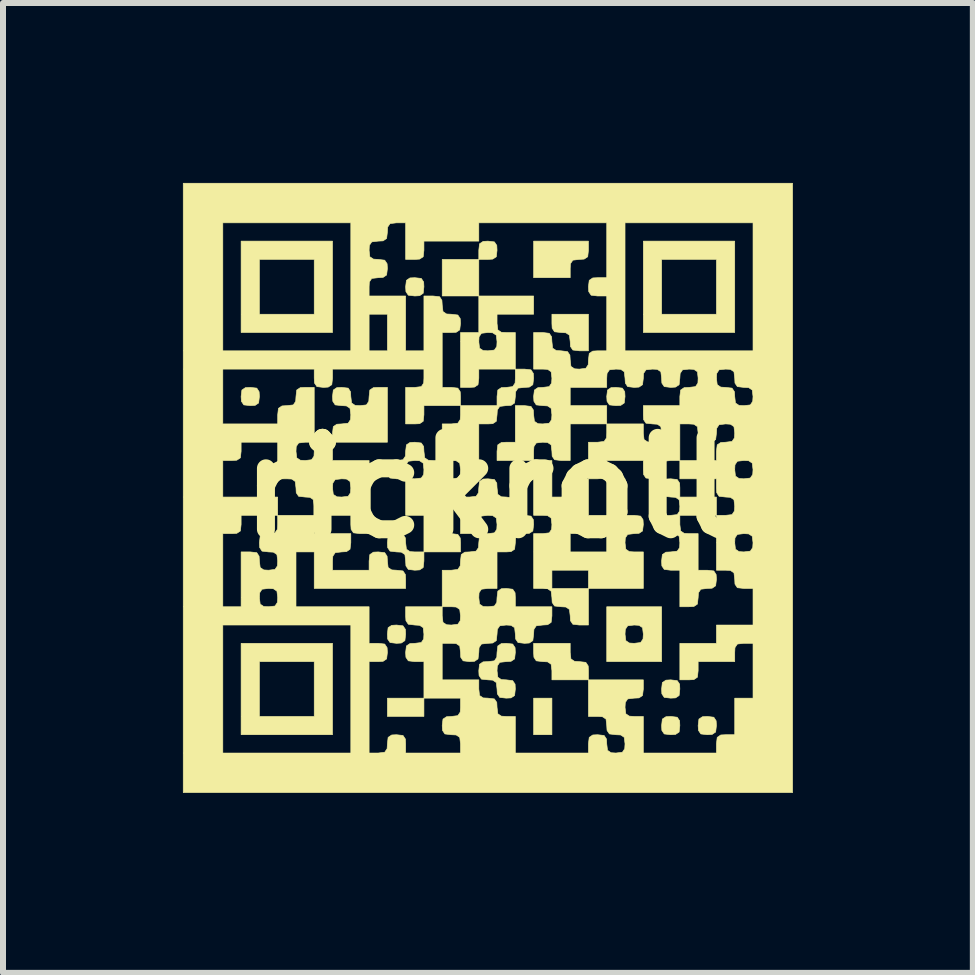
<source format=kicad_pcb>
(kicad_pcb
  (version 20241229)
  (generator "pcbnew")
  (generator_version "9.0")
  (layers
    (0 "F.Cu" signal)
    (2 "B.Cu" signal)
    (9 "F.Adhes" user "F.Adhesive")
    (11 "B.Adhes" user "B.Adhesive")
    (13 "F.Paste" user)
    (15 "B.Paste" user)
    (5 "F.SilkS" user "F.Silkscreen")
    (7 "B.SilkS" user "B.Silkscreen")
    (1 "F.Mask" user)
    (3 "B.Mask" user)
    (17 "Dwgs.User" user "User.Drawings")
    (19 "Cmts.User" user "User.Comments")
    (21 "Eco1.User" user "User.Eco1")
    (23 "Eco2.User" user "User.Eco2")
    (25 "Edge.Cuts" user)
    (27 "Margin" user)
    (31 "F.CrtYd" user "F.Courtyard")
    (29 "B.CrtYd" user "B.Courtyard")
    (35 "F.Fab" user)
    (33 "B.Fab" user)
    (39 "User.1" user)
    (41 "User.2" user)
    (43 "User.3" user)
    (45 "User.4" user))
  (footprint "rickroll"
    (layer "F.Cu")
    (at 5.085 5.085)
    (property "Reference" "rickroll" (at 0 0 0) (layer "F.SilkS") (effects (font (size 1.524 1.524) (thickness 0.3))))
    (attr through_hole)
    (fp_poly (pts (xy -1.067 3.81) (xy -1.676 3.81) (xy -1.676 3.505) (xy -1.067 3.505) (xy -1.067 3.81)) (stroke (width 0.01) (type solid)) (fill yes) (layer "F.SilkS"))
    (fp_poly (pts (xy -0.152 -3.2) (xy -0.762 -3.2) (xy -0.762 -3.81) (xy -0.152 -3.81) (xy -0.152 -3.2)) (stroke (width 0.01) (type solid)) (fill yes) (layer "F.SilkS"))
    (fp_poly (pts (xy 1.067 4.115) (xy 0.762 4.115) (xy 0.762 3.505) (xy 1.067 3.505) (xy 1.067 4.115)) (stroke (width 0.01) (type solid)) (fill yes) (layer "F.SilkS"))
    (fp_poly (pts (xy -2.591 -2.591) (xy -4.115 -2.591) (xy -4.115 -3.81) (xy -3.81 -3.81) (xy -3.81 -2.896) (xy -2.896 -2.896) (xy -2.896 -3.81) (xy -3.81 -3.81) (xy -4.115 -3.81) (xy -4.115 -4.115) (xy -2.591 -4.115) (xy -2.591 -2.591)) (stroke (width 0.01) (type solid)) (fill yes) (layer "F.SilkS"))
    (fp_poly (pts (xy -2.591 4.115) (xy -4.115 4.115) (xy -4.115 2.896) (xy -3.81 2.896) (xy -3.81 3.81) (xy -2.896 3.81) (xy -2.896 2.896) (xy -3.81 2.896) (xy -4.115 2.896) (xy -4.115 2.591) (xy -2.591 2.591) (xy -2.591 4.115)) (stroke (width 0.01) (type solid)) (fill yes) (layer "F.SilkS"))
    (fp_poly (pts (xy 0.108 -4.102) (xy 0.148 -4.043) (xy 0.152 -3.962) (xy 0.14 -3.854) (xy 0.08 -3.815) (xy 0 -3.81) (xy -0.152 -3.81) (xy -0.152 -3.962) (xy -0.14 -4.07) (xy -0.08 -4.11) (xy 0 -4.115) (xy 0.108 -4.102)) (stroke (width 0.01) (type solid)) (fill yes) (layer "F.SilkS"))
    (fp_poly (pts (xy 1.676 -3.962) (xy 1.664 -3.854) (xy 1.604 -3.815) (xy 1.524 -3.81) (xy 1.416 -3.797) (xy 1.376 -3.738) (xy 1.372 -3.658) (xy 1.372 -3.505) (xy 0.762 -3.505) (xy 0.762 -4.115) (xy 1.676 -4.115) (xy 1.676 -3.962)) (stroke (width 0.01) (type solid)) (fill yes) (layer "F.SilkS"))
    (fp_poly (pts (xy 4.115 -2.591) (xy 2.591 -2.591) (xy 2.591 -3.81) (xy 2.896 -3.81) (xy 2.896 -2.896) (xy 3.81 -2.896) (xy 3.81 -3.81) (xy 2.896 -3.81) (xy 2.591 -3.81) (xy 2.591 -4.115) (xy 4.115 -4.115) (xy 4.115 -2.591)) (stroke (width 0.01) (type solid)) (fill yes) (layer "F.SilkS"))
    (fp_poly (pts (xy -3.854 -1.664) (xy -3.815 -1.604) (xy -3.81 -1.524) (xy -3.823 -1.416) (xy -3.882 -1.376) (xy -3.962 -1.372) (xy -4.07 -1.384) (xy -4.11 -1.444) (xy -4.115 -1.524) (xy -4.102 -1.632) (xy -4.043 -1.672) (xy -3.962 -1.676) (xy -3.854 -1.664)) (stroke (width 0.01) (type solid)) (fill yes) (layer "F.SilkS"))
    (fp_poly (pts (xy -1.416 2.299) (xy -1.376 2.358) (xy -1.372 2.438) (xy -1.384 2.546) (xy -1.444 2.586) (xy -1.524 2.591) (xy -1.632 2.578) (xy -1.672 2.519) (xy -1.676 2.438) (xy -1.664 2.33) (xy -1.604 2.291) (xy -1.524 2.286) (xy -1.416 2.299)) (stroke (width 0.01) (type solid)) (fill yes) (layer "F.SilkS"))
    (fp_poly (pts (xy -1.111 -3.493) (xy -1.071 -3.433) (xy -1.067 -3.353) (xy -1.079 -3.245) (xy -1.139 -3.205) (xy -1.219 -3.2) (xy -1.327 -3.213) (xy -1.367 -3.272) (xy -1.372 -3.353) (xy -1.359 -3.461) (xy -1.3 -3.501) (xy -1.219 -3.505) (xy -1.111 -3.493)) (stroke (width 0.01) (type solid)) (fill yes) (layer "F.SilkS"))
    (fp_poly (pts (xy 2.242 -1.664) (xy 2.281 -1.604) (xy 2.286 -1.524) (xy 2.273 -1.416) (xy 2.214 -1.376) (xy 2.134 -1.372) (xy 2.026 -1.384) (xy 1.986 -1.444) (xy 1.981 -1.524) (xy 1.994 -1.632) (xy 2.053 -1.672) (xy 2.134 -1.676) (xy 2.242 -1.664)) (stroke (width 0.01) (type solid)) (fill yes) (layer "F.SilkS"))
    (fp_poly (pts (xy 3.156 3.213) (xy 3.196 3.272) (xy 3.2 3.353) (xy 3.188 3.461) (xy 3.128 3.501) (xy 3.048 3.505) (xy 2.94 3.493) (xy 2.9 3.433) (xy 2.896 3.353) (xy 2.908 3.245) (xy 2.968 3.205) (xy 3.048 3.2) (xy 3.156 3.213)) (stroke (width 0.01) (type solid)) (fill yes) (layer "F.SilkS"))
    (fp_poly (pts (xy 3.156 3.823) (xy 3.196 3.882) (xy 3.2 3.962) (xy 3.188 4.07) (xy 3.128 4.11) (xy 3.048 4.115) (xy 2.94 4.102) (xy 2.9 4.043) (xy 2.896 3.962) (xy 2.908 3.854) (xy 2.968 3.815) (xy 3.048 3.81) (xy 3.156 3.823)) (stroke (width 0.01) (type solid)) (fill yes) (layer "F.SilkS"))
    (fp_poly (pts (xy 3.766 3.823) (xy 3.805 3.882) (xy 3.81 3.962) (xy 3.797 4.07) (xy 3.738 4.11) (xy 3.658 4.115) (xy 3.55 4.102) (xy 3.51 4.043) (xy 3.505 3.962) (xy 3.518 3.854) (xy 3.577 3.815) (xy 3.658 3.81) (xy 3.766 3.823)) (stroke (width 0.01) (type solid)) (fill yes) (layer "F.SilkS"))
    (fp_poly (pts (xy 1.676 -2.286) (xy 1.524 -2.286) (xy 1.416 -2.299) (xy 1.376 -2.358) (xy 1.372 -2.438) (xy 1.359 -2.546) (xy 1.3 -2.586) (xy 1.219 -2.591) (xy 1.111 -2.603) (xy 1.071 -2.663) (xy 1.067 -2.743) (xy 1.067 -2.896) (xy 1.676 -2.896) (xy 1.676 -2.286)) (stroke (width 0.01) (type solid)) (fill yes) (layer "F.SilkS"))
    (fp_poly (pts (xy 1.372 2.743) (xy 1.384 2.851) (xy 1.444 2.891) (xy 1.524 2.896) (xy 1.632 2.908) (xy 1.672 2.968) (xy 1.676 3.048) (xy 1.676 3.2) (xy 1.067 3.2) (xy 1.067 3.048) (xy 1.054 2.94) (xy 0.995 2.9) (xy 0.914 2.896) (xy 0.806 2.883) (xy 0.767 2.824) (xy 0.762 2.743) (xy 0.762 2.591) (xy 1.372 2.591) (xy 1.372 2.743)) (stroke (width 0.01) (type solid)) (fill yes) (layer "F.SilkS"))
    (fp_poly (pts (xy 2.896 2.896) (xy 1.981 2.896) (xy 1.981 2.438) (xy 2.286 2.438) (xy 2.299 2.546) (xy 2.358 2.586) (xy 2.438 2.591) (xy 2.546 2.578) (xy 2.586 2.519) (xy 2.591 2.438) (xy 2.578 2.33) (xy 2.519 2.291) (xy 2.438 2.286) (xy 2.33 2.299) (xy 2.291 2.358) (xy 2.286 2.438) (xy 1.981 2.438) (xy 1.981 1.981) (xy 2.896 1.981) (xy 2.896 2.896)) (stroke (width 0.01) (type solid)) (fill yes) (layer "F.SilkS"))
    (fp_poly (pts (xy -1.416 0.775) (xy -1.376 0.834) (xy -1.372 0.914) (xy -1.359 1.022) (xy -1.3 1.062) (xy -1.219 1.067) (xy -1.067 1.067) (xy -1.067 1.219) (xy -1.079 1.327) (xy -1.139 1.367) (xy -1.219 1.372) (xy -1.327 1.359) (xy -1.367 1.3) (xy -1.372 1.219) (xy -1.384 1.111) (xy -1.444 1.071) (xy -1.524 1.067) (xy -1.632 1.054) (xy -1.672 0.995) (xy -1.676 0.914) (xy -1.664 0.806) (xy -1.604 0.767) (xy -1.524 0.762) (xy -1.416 0.775)) (stroke (width 0.01) (type solid)) (fill yes) (layer "F.SilkS"))
    (fp_poly (pts (xy -1.676 -0.762) (xy -2.591 -0.762) (xy -2.591 -0.914) (xy -2.578 -1.022) (xy -2.519 -1.062) (xy -2.438 -1.067) (xy -2.33 -1.079) (xy -2.291 -1.139) (xy -2.286 -1.219) (xy -2.299 -1.327) (xy -2.358 -1.367) (xy -2.438 -1.372) (xy -2.546 -1.384) (xy -2.586 -1.444) (xy -2.591 -1.524) (xy -2.578 -1.632) (xy -2.519 -1.672) (xy -2.438 -1.676) (xy -2.33 -1.664) (xy -2.291 -1.604) (xy -2.286 -1.524) (xy -2.273 -1.416) (xy -2.214 -1.376) (xy -2.134 -1.372) (xy -2.026 -1.384) (xy -1.986 -1.444) (xy -1.981 -1.524) (xy -1.969 -1.632) (xy -1.909 -1.672) (xy -1.829 -1.676) (xy -1.676 -1.676) (xy -1.676 -0.762)) (stroke (width 0.01) (type solid)) (fill yes) (layer "F.SilkS"))
    (fp_poly (pts (xy 0.762 -2.896) (xy 0.152 -2.896) (xy 0.152 -2.743) (xy 0.165 -2.635) (xy 0.224 -2.595) (xy 0.305 -2.591) (xy 0.457 -2.591) (xy 0.457 -1.981) (xy -0.152 -1.981) (xy -0.152 -1.829) (xy -0.165 -1.721) (xy -0.224 -1.681) (xy -0.305 -1.676) (xy -0.457 -1.676) (xy -0.457 -2.438) (xy -0.152 -2.438) (xy -0.14 -2.33) (xy -0.08 -2.291) (xy 0 -2.286) (xy 0.108 -2.299) (xy 0.148 -2.358) (xy 0.152 -2.438) (xy 0.14 -2.546) (xy 0.08 -2.586) (xy 0 -2.591) (xy -0.108 -2.578) (xy -0.148 -2.519) (xy -0.152 -2.438) (xy -0.457 -2.438) (xy -0.457 -2.591) (xy -0.152 -2.591) (xy -0.152 -3.2) (xy 0.762 -3.2) (xy 0.762 -2.896)) (stroke (width 0.01) (type solid)) (fill yes) (layer "F.SilkS"))
    (fp_poly (pts (xy 0.413 2.603) (xy 0.453 2.663) (xy 0.457 2.743) (xy 0.445 2.851) (xy 0.385 2.891) (xy 0.305 2.896) (xy 0.197 2.908) (xy 0.157 2.968) (xy 0.152 3.048) (xy 0.165 3.156) (xy 0.224 3.196) (xy 0.305 3.2) (xy 0.413 3.213) (xy 0.453 3.272) (xy 0.457 3.353) (xy 0.445 3.461) (xy 0.385 3.501) (xy 0.305 3.505) (xy 0.197 3.493) (xy 0.157 3.433) (xy 0.152 3.353) (xy 0.14 3.245) (xy 0.08 3.205) (xy 0 3.2) (xy -0.108 3.188) (xy -0.148 3.128) (xy -0.152 3.048) (xy -0.14 2.94) (xy -0.08 2.9) (xy 0 2.896) (xy 0.108 2.883) (xy 0.148 2.824) (xy 0.152 2.743) (xy 0.165 2.635) (xy 0.224 2.595) (xy 0.305 2.591) (xy 0.413 2.603)) (stroke (width 0.01) (type solid)) (fill yes) (layer "F.SilkS"))
    (fp_poly (pts (xy 3.156 -0.14) (xy 3.196 -0.08) (xy 3.2 0) (xy 3.2 0.152) (xy 3.81 0.152) (xy 3.81 0.457) (xy 3.2 0.457) (xy 3.2 0.61) (xy 3.213 0.718) (xy 3.272 0.757) (xy 3.353 0.762) (xy 3.505 0.762) (xy 3.505 1.372) (xy 3.658 1.372) (xy 3.766 1.384) (xy 3.805 1.444) (xy 3.81 1.524) (xy 3.797 1.632) (xy 3.738 1.672) (xy 3.658 1.676) (xy 3.55 1.689) (xy 3.51 1.748) (xy 3.505 1.829) (xy 3.493 1.937) (xy 3.433 1.977) (xy 3.353 1.981) (xy 3.2 1.981) (xy 3.2 1.372) (xy 3.048 1.372) (xy 2.94 1.359) (xy 2.9 1.3) (xy 2.896 1.219) (xy 2.908 1.111) (xy 2.968 1.071) (xy 3.048 1.067) (xy 3.156 1.054) (xy 3.196 0.995) (xy 3.2 0.914) (xy 3.188 0.806) (xy 3.128 0.767) (xy 3.048 0.762) (xy 2.94 0.749) (xy 2.9 0.69) (xy 2.896 0.61) (xy 2.908 0.502) (xy 2.968 0.462) (xy 3.048 0.457) (xy 3.156 0.445) (xy 3.196 0.385) (xy 3.2 0.305) (xy 3.188 0.197) (xy 3.128 0.157) (xy 3.048 0.152) (xy 2.94 0.14) (xy 2.9 0.08) (xy 2.896 0) (xy 2.908 -0.108) (xy 2.968 -0.148) (xy 3.048 -0.152) (xy 3.156 -0.14)) (stroke (width 0.01) (type solid)) (fill yes) (layer "F.SilkS"))
    (fp_poly (pts (xy 1.067 0.152) (xy 1.219 0.152) (xy 1.327 0.14) (xy 1.367 0.08) (xy 1.372 0) (xy 1.384 -0.108) (xy 1.444 -0.148) (xy 1.524 -0.152) (xy 1.676 -0.152) (xy 1.676 0.457) (xy 1.981 0.457) (xy 1.981 -0.152) (xy 2.286 -0.152) (xy 2.286 0.457) (xy 2.438 0.457) (xy 2.546 0.47) (xy 2.586 0.529) (xy 2.591 0.61) (xy 2.578 0.718) (xy 2.519 0.757) (xy 2.438 0.762) (xy 2.33 0.775) (xy 2.291 0.834) (xy 2.286 0.914) (xy 2.299 1.022) (xy 2.358 1.062) (xy 2.438 1.067) (xy 2.591 1.067) (xy 2.591 1.676) (xy 1.676 1.676) (xy 1.676 2.286) (xy 1.524 2.286) (xy 1.416 2.273) (xy 1.376 2.214) (xy 1.372 2.134) (xy 1.359 2.026) (xy 1.3 1.986) (xy 1.219 1.981) (xy 1.111 1.969) (xy 1.071 1.909) (xy 1.067 1.829) (xy 1.054 1.721) (xy 0.995 1.681) (xy 0.914 1.676) (xy 0.762 1.676) (xy 0.762 1.372) (xy 1.067 1.372) (xy 1.067 1.676) (xy 1.676 1.676) (xy 1.676 1.372) (xy 1.067 1.372) (xy 0.762 1.372) (xy 0.762 0.762) (xy 0.914 0.762) (xy 1.372 0.762) (xy 1.372 1.067) (xy 1.981 1.067) (xy 1.981 0.762) (xy 1.372 0.762) (xy 0.914 0.762) (xy 1.022 0.749) (xy 1.062 0.69) (xy 1.067 0.61) (xy 1.054 0.502) (xy 0.995 0.462) (xy 0.914 0.457) (xy 0.762 0.457) (xy 0.762 -0.457) (xy 1.067 -0.457) (xy 1.067 0.152)) (stroke (width 0.01) (type solid)) (fill yes) (layer "F.SilkS"))
    (fp_poly (pts (xy 0.718 -1.969) (xy 0.757 -1.909) (xy 0.762 -1.829) (xy 0.749 -1.721) (xy 0.69 -1.681) (xy 0.61 -1.676) (xy 0.502 -1.664) (xy 0.462 -1.604) (xy 0.457 -1.524) (xy 0.445 -1.416) (xy 0.385 -1.376) (xy 0.305 -1.372) (xy 0.197 -1.359) (xy 0.157 -1.3) (xy 0.152 -1.219) (xy 0.14 -1.111) (xy 0.08 -1.071) (xy 0 -1.067) (xy -0.152 -1.067) (xy -0.152 -0.152) (xy -0.305 -0.152) (xy -0.413 -0.14) (xy -0.453 -0.08) (xy -0.457 0) (xy -0.47 0.108) (xy -0.529 0.148) (xy -0.61 0.152) (xy -0.762 0.152) (xy -0.762 0.762) (xy -0.61 0.762) (xy -0.502 0.775) (xy -0.462 0.834) (xy -0.457 0.914) (xy -0.457 1.067) (xy -1.067 1.067) (xy -1.067 0.457) (xy -1.372 0.457) (xy -1.372 -0.152) (xy -1.524 -0.152) (xy -1.632 -0.165) (xy -1.672 -0.224) (xy -1.676 -0.305) (xy -1.372 -0.305) (xy -1.359 -0.197) (xy -1.3 -0.157) (xy -1.219 -0.152) (xy -1.111 -0.165) (xy -1.071 -0.224) (xy -1.067 -0.305) (xy -0.762 -0.305) (xy -0.749 -0.197) (xy -0.69 -0.157) (xy -0.61 -0.152) (xy -0.502 -0.165) (xy -0.462 -0.224) (xy -0.457 -0.305) (xy -0.47 -0.413) (xy -0.529 -0.453) (xy -0.61 -0.457) (xy -0.718 -0.445) (xy -0.757 -0.385) (xy -0.762 -0.305) (xy -1.067 -0.305) (xy -1.079 -0.413) (xy -1.139 -0.453) (xy -1.219 -0.457) (xy -1.327 -0.445) (xy -1.367 -0.385) (xy -1.372 -0.305) (xy -1.676 -0.305) (xy -1.664 -0.413) (xy -1.604 -0.453) (xy -1.524 -0.457) (xy -1.416 -0.47) (xy -1.376 -0.529) (xy -1.372 -0.61) (xy -1.359 -0.718) (xy -1.3 -0.757) (xy -1.219 -0.762) (xy -1.111 -0.749) (xy -1.071 -0.69) (xy -1.067 -0.61) (xy -1.054 -0.502) (xy -0.995 -0.462) (xy -0.914 -0.457) (xy -0.762 -0.457) (xy -0.762 -1.067) (xy -0.61 -1.067) (xy -0.502 -1.079) (xy -0.462 -1.139) (xy -0.457 -1.219) (xy -0.457 -1.372) (xy 0.152 -1.372) (xy 0.152 -1.524) (xy 0.165 -1.632) (xy 0.224 -1.672) (xy 0.305 -1.676) (xy 0.413 -1.689) (xy 0.453 -1.748) (xy 0.457 -1.829) (xy 0.457 -1.981) (xy 0.61 -1.981) (xy 0.718 -1.969)) (stroke (width 0.01) (type solid)) (fill yes) (layer "F.SilkS"))
    (fp_poly (pts (xy 5.08 5.08) (xy -5.08 5.08) (xy -5.08 2.286) (xy -4.42 2.286) (xy -4.42 4.42) (xy -2.286 4.42) (xy -2.286 2.286) (xy -4.42 2.286) (xy -5.08 2.286) (xy -5.08 0.762) (xy -4.42 0.762) (xy -4.42 1.981) (xy -4.115 1.981) (xy -4.115 1.829) (xy -3.81 1.829) (xy -3.797 1.937) (xy -3.738 1.977) (xy -3.658 1.981) (xy -3.55 1.969) (xy -3.51 1.909) (xy -3.505 1.829) (xy -3.518 1.721) (xy -3.577 1.681) (xy -3.658 1.676) (xy -3.766 1.689) (xy -3.805 1.748) (xy -3.81 1.829) (xy -4.115 1.829) (xy -4.115 1.067) (xy -3.962 1.067) (xy -3.854 1.079) (xy -3.815 1.139) (xy -3.81 1.219) (xy -3.797 1.327) (xy -3.738 1.367) (xy -3.658 1.372) (xy -3.55 1.359) (xy -3.51 1.3) (xy -3.505 1.219) (xy -3.518 1.111) (xy -3.577 1.071) (xy -3.658 1.067) (xy -3.766 1.054) (xy -3.805 0.995) (xy -3.81 0.914) (xy -3.797 0.806) (xy -3.738 0.767) (xy -3.658 0.762) (xy -3.55 0.749) (xy -3.51 0.69) (xy -3.505 0.61) (xy -3.505 0.457) (xy -4.115 0.457) (xy -4.115 0.61) (xy -4.127 0.718) (xy -4.187 0.757) (xy -4.267 0.762) (xy -4.42 0.762) (xy -5.08 0.762) (xy -5.08 -0.457) (xy -4.42 -0.457) (xy -4.42 0.152) (xy -3.505 0.152) (xy -3.505 0.457) (xy -2.896 0.457) (xy -2.896 0.305) (xy -2.908 0.197) (xy -2.968 0.157) (xy -3.048 0.152) (xy -3.156 0.14) (xy -3.196 0.08) (xy -3.2 0) (xy -2.591 0) (xy -2.578 0.108) (xy -2.519 0.148) (xy -2.438 0.152) (xy -2.33 0.14) (xy -2.291 0.08) (xy -2.286 0) (xy -2.299 -0.108) (xy -2.358 -0.148) (xy -2.438 -0.152) (xy -2.546 -0.14) (xy -2.586 -0.08) (xy -2.591 0) (xy -3.2 0) (xy -3.213 -0.108) (xy -3.272 -0.148) (xy -3.353 -0.152) (xy -3.505 -0.152) (xy -3.505 -0.762) (xy -4.115 -0.762) (xy -4.115 -0.61) (xy -4.127 -0.502) (xy -4.187 -0.462) (xy -4.267 -0.457) (xy -4.42 -0.457) (xy -5.08 -0.457) (xy -5.08 -1.981) (xy -4.42 -1.981) (xy -4.42 -1.067) (xy -3.505 -1.067) (xy -3.505 -1.219) (xy -3.493 -1.327) (xy -3.433 -1.367) (xy -3.353 -1.372) (xy -3.245 -1.384) (xy -3.205 -1.444) (xy -3.2 -1.524) (xy -3.188 -1.632) (xy -3.128 -1.672) (xy -3.048 -1.676) (xy -2.896 -1.676) (xy -2.896 -0.762) (xy -3.048 -0.762) (xy -3.156 -0.749) (xy -3.196 -0.69) (xy -3.2 -0.61) (xy -3.188 -0.502) (xy -3.128 -0.462) (xy -3.048 -0.457) (xy -2.94 -0.47) (xy -2.9 -0.529) (xy -2.896 -0.61) (xy -2.883 -0.718) (xy -2.824 -0.757) (xy -2.743 -0.762) (xy -2.635 -0.749) (xy -2.595 -0.69) (xy -2.591 -0.61) (xy -2.591 -0.457) (xy -1.981 -0.457) (xy -1.981 0.762) (xy -2.134 0.762) (xy -2.242 0.749) (xy -2.281 0.69) (xy -2.286 0.61) (xy -2.286 0.457) (xy -2.896 0.457) (xy -2.896 0.762) (xy -2.286 0.762) (xy -2.286 0.914) (xy -2.299 1.022) (xy -2.358 1.062) (xy -2.438 1.067) (xy -2.546 1.079) (xy -2.586 1.139) (xy -2.591 1.219) (xy -2.591 1.372) (xy -1.981 1.372) (xy -1.981 1.219) (xy -1.969 1.111) (xy -1.909 1.071) (xy -1.829 1.067) (xy -1.721 1.079) (xy -1.681 1.139) (xy -1.676 1.219) (xy -1.664 1.327) (xy -1.604 1.367) (xy -1.524 1.372) (xy -1.416 1.384) (xy -1.376 1.444) (xy -1.372 1.524) (xy -1.372 1.676) (xy -2.896 1.676) (xy -2.896 1.067) (xy -3.2 1.067) (xy -3.2 1.981) (xy -1.981 1.981) (xy -1.981 2.591) (xy -1.829 2.591) (xy -1.721 2.603) (xy -1.681 2.663) (xy -1.676 2.743) (xy -1.689 2.851) (xy -1.748 2.891) (xy -1.829 2.896) (xy -1.981 2.896) (xy -1.981 4.42) (xy -1.829 4.42) (xy -1.721 4.407) (xy -1.681 4.348) (xy -1.676 4.267) (xy -1.664 4.159) (xy -1.604 4.119) (xy -1.524 4.115) (xy -1.416 4.127) (xy -1.376 4.187) (xy -1.372 4.267) (xy -1.372 4.42) (xy -0.457 4.42) (xy -0.457 4.267) (xy -0.47 4.159) (xy -0.529 4.119) (xy -0.61 4.115) (xy -0.718 4.102) (xy -0.757 4.043) (xy -0.762 3.962) (xy -0.749 3.854) (xy -0.69 3.815) (xy -0.61 3.81) (xy -0.502 3.797) (xy -0.462 3.738) (xy -0.457 3.658) (xy -0.457 3.505) (xy -1.067 3.505) (xy -1.067 2.896) (xy -1.219 2.896) (xy -1.327 2.883) (xy -1.367 2.824) (xy -1.372 2.743) (xy -1.359 2.635) (xy -1.3 2.595) (xy -1.219 2.591) (xy -1.111 2.578) (xy -1.071 2.519) (xy -1.067 2.438) (xy -1.079 2.33) (xy -1.139 2.291) (xy -1.219 2.286) (xy -1.327 2.273) (xy -1.367 2.214) (xy -1.372 2.134) (xy -1.372 1.981) (xy -0.762 1.981) (xy -0.762 2.134) (xy -0.749 2.242) (xy -0.69 2.281) (xy -0.61 2.286) (xy -0.502 2.273) (xy -0.462 2.214) (xy -0.457 2.134) (xy -0.47 2.026) (xy -0.529 1.986) (xy -0.61 1.981) (xy -0.762 1.981) (xy -0.762 1.372) (xy -0.61 1.372) (xy -0.502 1.359) (xy -0.462 1.3) (xy -0.457 1.219) (xy -0.445 1.111) (xy -0.385 1.071) (xy -0.305 1.067) (xy -0.197 1.054) (xy -0.157 0.995) (xy -0.152 0.914) (xy -0.14 0.806) (xy -0.08 0.767) (xy 0 0.762) (xy 0.108 0.749) (xy 0.148 0.69) (xy 0.152 0.61) (xy 0.14 0.502) (xy 0.08 0.462) (xy 0 0.457) (xy -0.108 0.47) (xy -0.148 0.529) (xy -0.152 0.61) (xy -0.165 0.718) (xy -0.224 0.757) (xy -0.305 0.762) (xy -0.457 0.762) (xy -0.457 0.152) (xy -0.305 0.152) (xy -0.197 0.14) (xy -0.157 0.08) (xy -0.152 0) (xy -0.14 -0.108) (xy -0.08 -0.148) (xy 0 -0.152) (xy 0.108 -0.14) (xy 0.148 -0.08) (xy 0.152 0) (xy 0.165 0.108) (xy 0.224 0.148) (xy 0.305 0.152) (xy 0.413 0.165) (xy 0.453 0.224) (xy 0.457 0.305) (xy 0.47 0.413) (xy 0.529 0.453) (xy 0.61 0.457) (xy 0.718 0.47) (xy 0.757 0.529) (xy 0.762 0.61) (xy 0.749 0.718) (xy 0.69 0.757) (xy 0.61 0.762) (xy 0.502 0.775) (xy 0.462 0.834) (xy 0.457 0.914) (xy 0.445 1.022) (xy 0.385 1.062) (xy 0.305 1.067) (xy 0.152 1.067) (xy 0.152 1.676) (xy 0 1.676) (xy -0.108 1.689) (xy -0.148 1.748) (xy -0.152 1.829) (xy -0.14 1.937) (xy -0.08 1.977) (xy 0 1.981) (xy 0.108 1.969) (xy 0.148 1.909) (xy 0.152 1.829) (xy 0.165 1.721) (xy 0.224 1.681) (xy 0.305 1.676) (xy 0.413 1.689) (xy 0.453 1.748) (xy 0.457 1.829) (xy 0.457 1.981) (xy 1.067 1.981) (xy 1.067 2.134) (xy 1.054 2.242) (xy 0.995 2.281) (xy 0.914 2.286) (xy 0.806 2.299) (xy 0.767 2.358) (xy 0.762 2.438) (xy 0.749 2.546) (xy 0.69 2.586) (xy 0.61 2.591) (xy 0.502 2.578) (xy 0.462 2.519) (xy 0.457 2.438) (xy 0.445 2.33) (xy 0.385 2.291) (xy 0.305 2.286) (xy 0.197 2.299) (xy 0.157 2.358) (xy 0.152 2.438) (xy 0.14 2.546) (xy 0.08 2.586) (xy 0 2.591) (xy -0.108 2.603) (xy -0.148 2.663) (xy -0.152 2.743) (xy -0.165 2.851) (xy -0.224 2.891) (xy -0.305 2.896) (xy -0.413 2.883) (xy -0.453 2.824) (xy -0.457 2.743) (xy -0.47 2.635) (xy -0.529 2.595) (xy -0.61 2.591) (xy -0.762 2.591) (xy -0.762 3.2) (xy -0.152 3.2) (xy -0.152 3.353) (xy -0.14 3.461) (xy -0.08 3.501) (xy 0 3.505) (xy 0.108 3.518) (xy 0.148 3.577) (xy 0.152 3.658) (xy 0.165 3.766) (xy 0.224 3.805) (xy 0.305 3.81) (xy 0.457 3.81) (xy 0.457 4.42) (xy 1.676 4.42) (xy 1.676 4.267) (xy 1.689 4.159) (xy 1.748 4.119) (xy 1.829 4.115) (xy 1.937 4.127) (xy 1.977 4.187) (xy 1.981 4.267) (xy 1.994 4.375) (xy 2.053 4.415) (xy 2.134 4.42) (xy 2.242 4.407) (xy 2.281 4.348) (xy 2.286 4.267) (xy 2.273 4.159) (xy 2.214 4.119) (xy 2.134 4.115) (xy 2.026 4.102) (xy 1.986 4.043) (xy 1.981 3.962) (xy 1.969 3.854) (xy 1.909 3.815) (xy 1.829 3.81) (xy 1.676 3.81) (xy 1.676 3.2) (xy 2.591 3.2) (xy 2.591 3.353) (xy 2.578 3.461) (xy 2.519 3.501) (xy 2.438 3.505) (xy 2.33 3.518) (xy 2.291 3.577) (xy 2.286 3.658) (xy 2.299 3.766) (xy 2.358 3.805) (xy 2.438 3.81) (xy 2.591 3.81) (xy 2.591 4.42) (xy 3.81 4.42) (xy 3.81 4.267) (xy 3.823 4.159) (xy 3.882 4.119) (xy 3.962 4.115) (xy 4.115 4.115) (xy 4.115 3.505) (xy 4.42 3.505) (xy 4.42 2.591) (xy 4.267 2.591) (xy 4.159 2.603) (xy 4.119 2.663) (xy 4.115 2.743) (xy 4.115 2.896) (xy 3.505 2.896) (xy 3.505 3.048) (xy 3.493 3.156) (xy 3.433 3.196) (xy 3.353 3.2) (xy 3.2 3.2) (xy 3.2 2.591) (xy 3.81 2.591) (xy 3.81 2.286) (xy 4.42 2.286) (xy 4.42 1.676) (xy 4.267 1.676) (xy 4.159 1.664) (xy 4.119 1.604) (xy 4.115 1.524) (xy 4.102 1.416) (xy 4.043 1.376) (xy 3.962 1.372) (xy 3.81 1.372) (xy 3.81 0.914) (xy 4.115 0.914) (xy 4.127 1.022) (xy 4.187 1.062) (xy 4.267 1.067) (xy 4.375 1.054) (xy 4.415 0.995) (xy 4.42 0.914) (xy 4.407 0.806) (xy 4.348 0.767) (xy 4.267 0.762) (xy 4.159 0.775) (xy 4.119 0.834) (xy 4.115 0.914) (xy 3.81 0.914) (xy 3.81 0.457) (xy 3.962 0.457) (xy 4.07 0.445) (xy 4.11 0.385) (xy 4.115 0.305) (xy 4.102 0.197) (xy 4.043 0.157) (xy 3.962 0.152) (xy 3.854 0.14) (xy 3.815 0.08) (xy 3.81 0) (xy 3.81 -0.152) (xy 3.2 -0.152) (xy 3.2 -0.305) (xy 4.115 -0.305) (xy 4.127 -0.197) (xy 4.187 -0.157) (xy 4.267 -0.152) (xy 4.375 -0.165) (xy 4.415 -0.224) (xy 4.42 -0.305) (xy 4.407 -0.413) (xy 4.348 -0.453) (xy 4.267 -0.457) (xy 4.159 -0.445) (xy 4.119 -0.385) (xy 4.115 -0.305) (xy 3.2 -0.305) (xy 3.2 -0.457) (xy 3.048 -0.457) (xy 2.94 -0.445) (xy 2.9 -0.385) (xy 2.896 -0.305) (xy 2.883 -0.197) (xy 2.824 -0.157) (xy 2.743 -0.152) (xy 2.635 -0.165) (xy 2.595 -0.224) (xy 2.591 -0.305) (xy 2.591 -0.457) (xy 1.981 -0.457) (xy 1.981 -0.305) (xy 1.969 -0.197) (xy 1.909 -0.157) (xy 1.829 -0.152) (xy 1.676 -0.152) (xy 1.676 -0.762) (xy 1.829 -0.762) (xy 1.937 -0.775) (xy 1.977 -0.834) (xy 1.981 -0.914) (xy 1.981 -1.067) (xy 1.372 -1.067) (xy 1.372 -0.457) (xy 1.219 -0.457) (xy 1.111 -0.47) (xy 1.071 -0.529) (xy 1.067 -0.61) (xy 1.054 -0.718) (xy 0.995 -0.757) (xy 0.914 -0.762) (xy 0.806 -0.749) (xy 0.767 -0.69) (xy 0.762 -0.61) (xy 0.762 -0.457) (xy 0.152 -0.457) (xy 0.152 -0.61) (xy 0.165 -0.718) (xy 0.224 -0.757) (xy 0.305 -0.762) (xy 0.457 -0.762) (xy 0.457 -1.372) (xy 0.61 -1.372) (xy 0.718 -1.359) (xy 0.757 -1.3) (xy 0.762 -1.219) (xy 0.775 -1.111) (xy 0.834 -1.071) (xy 0.914 -1.067) (xy 1.022 -1.079) (xy 1.062 -1.139) (xy 1.067 -1.219) (xy 1.054 -1.327) (xy 0.995 -1.367) (xy 0.914 -1.372) (xy 0.806 -1.384) (xy 0.767 -1.444) (xy 0.762 -1.524) (xy 0.775 -1.632) (xy 0.834 -1.672) (xy 0.914 -1.676) (xy 1.372 -1.676) (xy 1.372 -1.372) (xy 1.981 -1.372) (xy 1.981 -1.067) (xy 2.591 -1.067) (xy 2.591 -0.914) (xy 2.603 -0.806) (xy 2.663 -0.767) (xy 2.743 -0.762) (xy 2.851 -0.775) (xy 2.891 -0.834) (xy 2.896 -0.914) (xy 2.883 -1.022) (xy 2.824 -1.062) (xy 2.743 -1.067) (xy 3.2 -1.067) (xy 3.2 -0.457) (xy 3.81 -0.457) (xy 3.81 -0.61) (xy 3.823 -0.718) (xy 3.882 -0.757) (xy 3.962 -0.762) (xy 4.07 -0.775) (xy 4.11 -0.834) (xy 4.115 -0.914) (xy 4.102 -1.022) (xy 4.043 -1.062) (xy 3.962 -1.067) (xy 3.854 -1.054) (xy 3.815 -0.995) (xy 3.81 -0.914) (xy 3.797 -0.806) (xy 3.738 -0.767) (xy 3.658 -0.762) (xy 3.55 -0.775) (xy 3.51 -0.834) (xy 3.505 -0.914) (xy 3.493 -1.022) (xy 3.433 -1.062) (xy 3.353 -1.067) (xy 3.2 -1.067) (xy 2.743 -1.067) (xy 2.635 -1.079) (xy 2.595 -1.139) (xy 2.591 -1.219) (xy 2.591 -1.372) (xy 3.2 -1.372) (xy 3.2 -1.524) (xy 3.213 -1.632) (xy 3.272 -1.672) (xy 3.353 -1.676) (xy 3.461 -1.689) (xy 3.501 -1.748) (xy 3.505 -1.829) (xy 3.81 -1.829) (xy 3.823 -1.721) (xy 3.882 -1.681) (xy 3.962 -1.676) (xy 4.07 -1.664) (xy 4.11 -1.604) (xy 4.115 -1.524) (xy 4.127 -1.416) (xy 4.187 -1.376) (xy 4.267 -1.372) (xy 4.375 -1.384) (xy 4.415 -1.444) (xy 4.42 -1.524) (xy 4.407 -1.632) (xy 4.348 -1.672) (xy 4.267 -1.676) (xy 4.159 -1.689) (xy 4.119 -1.748) (xy 4.115 -1.829) (xy 4.102 -1.937) (xy 4.043 -1.977) (xy 3.962 -1.981) (xy 3.854 -1.969) (xy 3.815 -1.909) (xy 3.81 -1.829) (xy 3.505 -1.829) (xy 3.493 -1.937) (xy 3.433 -1.977) (xy 3.353 -1.981) (xy 3.245 -1.969) (xy 3.205 -1.909) (xy 3.2 -1.829) (xy 3.188 -1.721) (xy 3.128 -1.681) (xy 3.048 -1.676) (xy 2.94 -1.689) (xy 2.9 -1.748) (xy 2.896 -1.829) (xy 2.883 -1.937) (xy 2.824 -1.977) (xy 2.743 -1.981) (xy 2.635 -1.969) (xy 2.595 -1.909) (xy 2.591 -1.829) (xy 2.578 -1.721) (xy 2.519 -1.681) (xy 2.438 -1.676) (xy 2.33 -1.689) (xy 2.291 -1.748) (xy 2.286 -1.829) (xy 2.273 -1.937) (xy 2.214 -1.977) (xy 2.134 -1.981) (xy 2.026 -1.969) (xy 1.986 -1.909) (xy 1.981 -1.829) (xy 1.981 -1.676) (xy 1.372 -1.676) (xy 0.914 -1.676) (xy 1.022 -1.689) (xy 1.062 -1.748) (xy 1.067 -1.829) (xy 1.054 -1.937) (xy 0.995 -1.977) (xy 0.914 -1.981) (xy 0.762 -1.981) (xy 0.762 -2.591) (xy 0.914 -2.591) (xy 1.022 -2.578) (xy 1.062 -2.519) (xy 1.067 -2.438) (xy 1.079 -2.33) (xy 1.139 -2.291) (xy 1.219 -2.286) (xy 1.327 -2.273) (xy 1.367 -2.214) (xy 1.372 -2.134) (xy 1.384 -2.026) (xy 1.444 -1.986) (xy 1.524 -1.981) (xy 1.632 -1.994) (xy 1.672 -2.053) (xy 1.676 -2.134) (xy 1.689 -2.242) (xy 1.748 -2.281) (xy 1.829 -2.286) (xy 1.981 -2.286) (xy 1.981 -3.2) (xy 1.829 -3.2) (xy 1.721 -3.213) (xy 1.681 -3.272) (xy 1.676 -3.353) (xy 1.689 -3.461) (xy 1.748 -3.501) (xy 1.829 -3.505) (xy 1.981 -3.505) (xy 1.981 -4.42) (xy 2.286 -4.42) (xy 2.286 -2.286) (xy 4.42 -2.286) (xy 4.42 -4.42) (xy 2.286 -4.42) (xy 1.981 -4.42) (xy -0.152 -4.42) (xy -0.152 -4.115) (xy -1.067 -4.115) (xy -1.067 -3.962) (xy -1.079 -3.854) (xy -1.139 -3.815) (xy -1.219 -3.81) (xy -1.372 -3.81) (xy -1.372 -4.42) (xy -1.524 -4.42) (xy -1.632 -4.407) (xy -1.672 -4.348) (xy -1.676 -4.267) (xy -1.689 -4.159) (xy -1.748 -4.119) (xy -1.829 -4.115) (xy -1.937 -4.102) (xy -1.977 -4.043) (xy -1.981 -3.962) (xy -1.969 -3.854) (xy -1.909 -3.815) (xy -1.829 -3.81) (xy -1.721 -3.797) (xy -1.681 -3.738) (xy -1.676 -3.658) (xy -1.689 -3.55) (xy -1.748 -3.51) (xy -1.829 -3.505) (xy -1.937 -3.493) (xy -1.977 -3.433) (xy -1.981 -3.353) (xy -1.981 -3.2) (xy -1.372 -3.2) (xy -1.372 -2.286) (xy -1.067 -2.286) (xy -1.067 -3.2) (xy -0.914 -3.2) (xy -0.806 -3.188) (xy -0.767 -3.128) (xy -0.762 -3.048) (xy -0.749 -2.94) (xy -0.69 -2.9) (xy -0.61 -2.896) (xy -0.502 -2.883) (xy -0.462 -2.824) (xy -0.457 -2.743) (xy -0.47 -2.635) (xy -0.529 -2.595) (xy -0.61 -2.591) (xy -0.762 -2.591) (xy -0.762 -1.676) (xy -0.61 -1.676) (xy -0.502 -1.664) (xy -0.462 -1.604) (xy -0.457 -1.524) (xy -0.457 -1.372) (xy -1.067 -1.372) (xy -1.067 -1.219) (xy -1.079 -1.111) (xy -1.139 -1.071) (xy -1.219 -1.067) (xy -1.372 -1.067) (xy -1.372 -1.676) (xy -1.219 -1.676) (xy -1.111 -1.689) (xy -1.071 -1.748) (xy -1.067 -1.829) (xy -1.067 -1.981) (xy -2.591 -1.981) (xy -2.591 -1.829) (xy -2.603 -1.721) (xy -2.663 -1.681) (xy -2.743 -1.676) (xy -2.851 -1.689) (xy -2.891 -1.748) (xy -2.896 -1.829) (xy -2.896 -1.981) (xy -4.42 -1.981) (xy -5.08 -1.981) (xy -5.08 -4.42) (xy -4.42 -4.42) (xy -4.42 -2.286) (xy -2.286 -2.286) (xy -2.286 -2.896) (xy -1.981 -2.896) (xy -1.981 -2.286) (xy -1.676 -2.286) (xy -1.676 -2.896) (xy -1.981 -2.896) (xy -2.286 -2.896) (xy -2.286 -4.42) (xy -4.42 -4.42) (xy -5.08 -4.42) (xy -5.08 -5.08) (xy 5.08 -5.08) (xy 5.08 5.08)) (stroke (width 0.01) (type solid)) (fill yes) (layer "F.SilkS")))
  (gr_rect
    (start -3 -3)
    (end 13.17 13.17)
    (stroke (width 0.1) (type default))
    (fill no)
    (layer "Edge.Cuts")))
</source>
